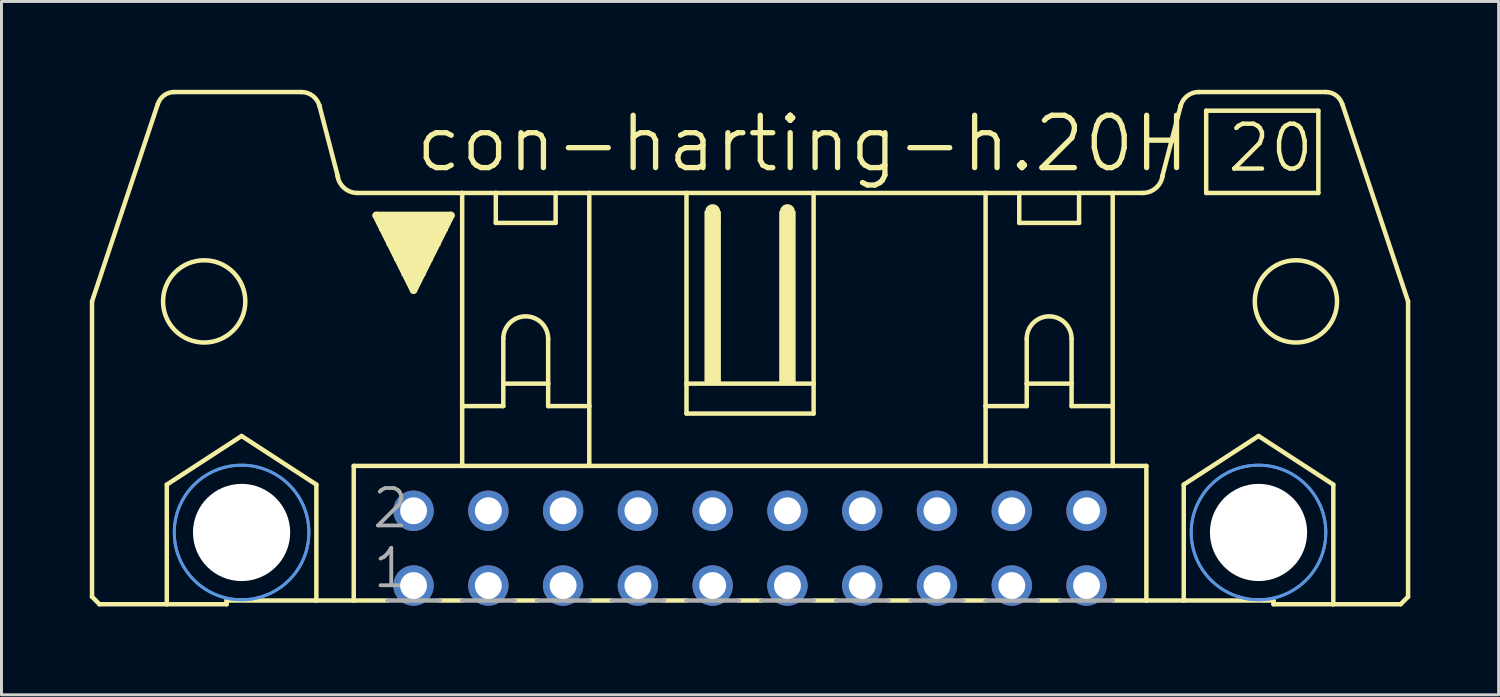
<source format=kicad_pcb>
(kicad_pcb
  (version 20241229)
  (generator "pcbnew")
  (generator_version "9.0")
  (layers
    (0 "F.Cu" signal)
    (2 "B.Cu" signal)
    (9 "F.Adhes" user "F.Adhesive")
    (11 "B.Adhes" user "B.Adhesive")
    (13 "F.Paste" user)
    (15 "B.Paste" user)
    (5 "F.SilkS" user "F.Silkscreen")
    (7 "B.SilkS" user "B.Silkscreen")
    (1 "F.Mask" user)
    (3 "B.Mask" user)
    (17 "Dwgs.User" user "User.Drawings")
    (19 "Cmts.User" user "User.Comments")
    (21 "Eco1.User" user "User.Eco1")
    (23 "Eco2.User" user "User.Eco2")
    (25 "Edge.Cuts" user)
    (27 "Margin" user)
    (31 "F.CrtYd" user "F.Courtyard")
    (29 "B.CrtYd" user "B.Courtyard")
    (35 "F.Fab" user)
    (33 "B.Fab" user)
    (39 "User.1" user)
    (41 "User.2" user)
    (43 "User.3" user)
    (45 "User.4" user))
  (footprint "con-harting-h.20H"
    (layer "F.Cu")
    (at 22.428 15.57)
    (property "Reference" "con-harting-h.20H" (at -11.455 -12.7 0) (layer "F.SilkS") (effects (font (size 1.778 1.778) (thickness 0.18)) (justify left bottom)))
    (attr through_hole)
    (fp_line (start -22.352 1.651) (end -22.352 -8.382) (stroke (width 0.152) (type default)) (layer "F.SilkS"))
    (fp_line (start -22.352 1.651) (end -22.098 1.905) (stroke (width 0.152) (type default)) (layer "F.SilkS"))
    (fp_line (start -22.098 1.905) (end -19.812 1.905) (stroke (width 0.152) (type default)) (layer "F.SilkS"))
    (fp_line (start -20.117 -15.088) (end -22.352 -8.382) (stroke (width 0.152) (type default)) (layer "F.SilkS"))
    (fp_line (start -19.812 -2.159) (end -17.272 -3.81) (stroke (width 0.152) (type default)) (layer "F.SilkS"))
    (fp_line (start -19.812 1.905) (end -19.812 -2.159) (stroke (width 0.152) (type default)) (layer "F.SilkS"))
    (fp_line (start -19.812 1.905) (end -17.78 1.905) (stroke (width 0.152) (type default)) (layer "F.SilkS"))
    (fp_line (start -17.78 1.778) (end -17.78 1.905) (stroke (width 0.152) (type default)) (layer "F.SilkS"))
    (fp_line (start -17.78 1.778) (end -14.732 1.778) (stroke (width 0.152) (type default)) (layer "F.SilkS"))
    (fp_line (start -17.272 -3.81) (end -14.732 -2.159) (stroke (width 0.152) (type default)) (layer "F.SilkS"))
    (fp_line (start -15.24 -15.494) (end -19.558 -15.494) (stroke (width 0.152) (type default)) (layer "F.SilkS"))
    (fp_line (start -14.732 1.778) (end -14.732 -2.159) (stroke (width 0.152) (type default)) (layer "F.SilkS"))
    (fp_line (start -14.732 1.778) (end -13.462 1.778) (stroke (width 0.152) (type default)) (layer "F.SilkS"))
    (fp_line (start -13.995 -12.598) (end -14.63 -15.037) (stroke (width 0.152) (type default)) (layer "F.SilkS"))
    (fp_line (start -13.462 -2.794) (end -13.462 1.778) (stroke (width 0.152) (type default)) (layer "F.SilkS"))
    (fp_line (start -13.462 1.778) (end -12.319 1.778) (stroke (width 0.152) (type default)) (layer "F.SilkS"))
    (fp_line (start -13.335 -12.065) (end -9.779 -12.065) (stroke (width 0.152) (type default)) (layer "F.SilkS"))
    (fp_line (start -12.7 -11.303) (end -10.16 -11.303) (stroke (width 0.254) (type default)) (layer "F.SilkS"))
    (fp_line (start -11.43 -8.763) (end -12.7 -11.303) (stroke (width 0.254) (type default)) (layer "F.SilkS"))
    (fp_line (start -10.541 1.778) (end -9.779 1.778) (stroke (width 0.152) (type default)) (layer "F.SilkS"))
    (fp_line (start -10.16 -11.303) (end -11.43 -8.763) (stroke (width 0.254) (type default)) (layer "F.SilkS"))
    (fp_line (start -9.779 -12.065) (end -8.636 -12.065) (stroke (width 0.152) (type default)) (layer "F.SilkS"))
    (fp_line (start -9.779 -4.826) (end -9.779 -12.065) (stroke (width 0.152) (type default)) (layer "F.SilkS"))
    (fp_line (start -9.779 -4.826) (end -9.779 -2.794) (stroke (width 0.152) (type default)) (layer "F.SilkS"))
    (fp_line (start -9.779 -4.826) (end -8.382 -4.826) (stroke (width 0.152) (type default)) (layer "F.SilkS"))
    (fp_line (start -9.779 -2.794) (end -13.462 -2.794) (stroke (width 0.152) (type default)) (layer "F.SilkS"))
    (fp_line (start -8.636 -12.065) (end -6.604 -12.065) (stroke (width 0.152) (type default)) (layer "F.SilkS"))
    (fp_line (start -8.636 -11.049) (end -8.636 -12.065) (stroke (width 0.152) (type default)) (layer "F.SilkS"))
    (fp_line (start -8.636 -11.049) (end -6.604 -11.049) (stroke (width 0.152) (type default)) (layer "F.SilkS"))
    (fp_line (start -8.382 -7.112) (end -8.382 -5.588) (stroke (width 0.152) (type default)) (layer "F.SilkS"))
    (fp_line (start -8.382 -5.588) (end -8.382 -4.826) (stroke (width 0.152) (type default)) (layer "F.SilkS"))
    (fp_line (start -8.382 -5.588) (end -6.858 -5.588) (stroke (width 0.152) (type default)) (layer "F.SilkS"))
    (fp_line (start -8.001 1.778) (end -7.239 1.778) (stroke (width 0.152) (type default)) (layer "F.SilkS"))
    (fp_line (start -6.858 -7.112) (end -6.858 -5.588) (stroke (width 0.152) (type default)) (layer "F.SilkS"))
    (fp_line (start -6.858 -5.588) (end -6.858 -4.826) (stroke (width 0.152) (type default)) (layer "F.SilkS"))
    (fp_line (start -6.858 -4.826) (end -5.461 -4.826) (stroke (width 0.152) (type default)) (layer "F.SilkS"))
    (fp_line (start -6.604 -12.065) (end -6.604 -11.049) (stroke (width 0.152) (type default)) (layer "F.SilkS"))
    (fp_line (start -6.604 -12.065) (end -5.461 -12.065) (stroke (width 0.152) (type default)) (layer "F.SilkS"))
    (fp_line (start -5.461 -12.065) (end -2.159 -12.065) (stroke (width 0.152) (type default)) (layer "F.SilkS"))
    (fp_line (start -5.461 -4.826) (end -5.461 -12.065) (stroke (width 0.152) (type default)) (layer "F.SilkS"))
    (fp_line (start -5.461 -4.826) (end -5.461 -2.794) (stroke (width 0.152) (type default)) (layer "F.SilkS"))
    (fp_line (start -5.461 -2.794) (end -9.779 -2.794) (stroke (width 0.152) (type default)) (layer "F.SilkS"))
    (fp_line (start -5.461 1.778) (end -4.699 1.778) (stroke (width 0.152) (type default)) (layer "F.SilkS"))
    (fp_line (start -2.921 1.778) (end -2.159 1.778) (stroke (width 0.152) (type default)) (layer "F.SilkS"))
    (fp_line (start -2.159 -12.065) (end -2.159 -5.588) (stroke (width 0.152) (type default)) (layer "F.SilkS"))
    (fp_line (start -2.159 -12.065) (end 2.159 -12.065) (stroke (width 0.152) (type default)) (layer "F.SilkS"))
    (fp_line (start -2.159 -5.588) (end -2.159 -4.572) (stroke (width 0.152) (type default)) (layer "F.SilkS"))
    (fp_line (start -1.27 -11.176) (end -1.27 -11.43) (stroke (width 0.508) (type default)) (layer "F.SilkS"))
    (fp_line (start -0.381 1.778) (end 0.381 1.778) (stroke (width 0.152) (type default)) (layer "F.SilkS"))
    (fp_line (start 1.27 -11.176) (end 1.27 -11.43) (stroke (width 0.508) (type default)) (layer "F.SilkS"))
    (fp_line (start 2.159 -12.065) (end 2.159 -5.588) (stroke (width 0.152) (type default)) (layer "F.SilkS"))
    (fp_line (start 2.159 -12.065) (end 8.001 -12.065) (stroke (width 0.152) (type default)) (layer "F.SilkS"))
    (fp_line (start 2.159 -5.588) (end -2.159 -5.588) (stroke (width 0.152) (type default)) (layer "F.SilkS"))
    (fp_line (start 2.159 -5.588) (end 2.159 -4.572) (stroke (width 0.152) (type default)) (layer "F.SilkS"))
    (fp_line (start 2.159 -4.572) (end -2.159 -4.572) (stroke (width 0.152) (type default)) (layer "F.SilkS"))
    (fp_line (start 2.159 1.778) (end 2.921 1.778) (stroke (width 0.152) (type default)) (layer "F.SilkS"))
    (fp_line (start 4.699 1.778) (end 5.461 1.778) (stroke (width 0.152) (type default)) (layer "F.SilkS"))
    (fp_line (start 7.239 1.778) (end 8.001 1.778) (stroke (width 0.152) (type default)) (layer "F.SilkS"))
    (fp_line (start 8.001 -12.065) (end 13.335 -12.065) (stroke (width 0.152) (type default)) (layer "F.SilkS"))
    (fp_line (start 8.001 -4.826) (end 8.001 -12.065) (stroke (width 0.152) (type default)) (layer "F.SilkS"))
    (fp_line (start 8.001 -4.826) (end 8.001 -2.794) (stroke (width 0.152) (type default)) (layer "F.SilkS"))
    (fp_line (start 8.001 -4.826) (end 9.398 -4.826) (stroke (width 0.152) (type default)) (layer "F.SilkS"))
    (fp_line (start 8.001 -2.794) (end -5.461 -2.794) (stroke (width 0.152) (type default)) (layer "F.SilkS"))
    (fp_line (start 9.144 -11.049) (end 9.144 -12.065) (stroke (width 0.152) (type default)) (layer "F.SilkS"))
    (fp_line (start 9.144 -11.049) (end 11.176 -11.049) (stroke (width 0.152) (type default)) (layer "F.SilkS"))
    (fp_line (start 9.398 -7.112) (end 9.398 -5.588) (stroke (width 0.152) (type default)) (layer "F.SilkS"))
    (fp_line (start 9.398 -5.588) (end 9.398 -4.826) (stroke (width 0.152) (type default)) (layer "F.SilkS"))
    (fp_line (start 9.398 -5.588) (end 10.922 -5.588) (stroke (width 0.152) (type default)) (layer "F.SilkS"))
    (fp_line (start 9.779 1.778) (end 10.541 1.778) (stroke (width 0.152) (type default)) (layer "F.SilkS"))
    (fp_line (start 10.922 -7.112) (end 10.922 -5.588) (stroke (width 0.152) (type default)) (layer "F.SilkS"))
    (fp_line (start 10.922 -5.588) (end 10.922 -4.826) (stroke (width 0.152) (type default)) (layer "F.SilkS"))
    (fp_line (start 10.922 -4.826) (end 12.319 -4.826) (stroke (width 0.152) (type default)) (layer "F.SilkS"))
    (fp_line (start 11.176 -12.065) (end 11.176 -11.049) (stroke (width 0.152) (type default)) (layer "F.SilkS"))
    (fp_line (start 12.319 -4.826) (end 12.319 -12.065) (stroke (width 0.152) (type default)) (layer "F.SilkS"))
    (fp_line (start 12.319 -4.826) (end 12.319 -2.794) (stroke (width 0.152) (type default)) (layer "F.SilkS"))
    (fp_line (start 12.319 -2.794) (end 8.001 -2.794) (stroke (width 0.152) (type default)) (layer "F.SilkS"))
    (fp_line (start 13.462 -2.794) (end 12.319 -2.794) (stroke (width 0.152) (type default)) (layer "F.SilkS"))
    (fp_line (start 13.462 -2.794) (end 13.462 1.778) (stroke (width 0.152) (type default)) (layer "F.SilkS"))
    (fp_line (start 13.462 1.778) (end 12.319 1.778) (stroke (width 0.152) (type default)) (layer "F.SilkS"))
    (fp_line (start 13.995 -12.598) (end 14.63 -15.037) (stroke (width 0.152) (type default)) (layer "F.SilkS"))
    (fp_line (start 14.732 -2.159) (end 17.272 -3.81) (stroke (width 0.152) (type default)) (layer "F.SilkS"))
    (fp_line (start 14.732 1.778) (end 13.462 1.778) (stroke (width 0.152) (type default)) (layer "F.SilkS"))
    (fp_line (start 14.732 1.778) (end 14.732 -2.159) (stroke (width 0.152) (type default)) (layer "F.SilkS"))
    (fp_line (start 15.24 -15.494) (end 19.558 -15.494) (stroke (width 0.152) (type default)) (layer "F.SilkS"))
    (fp_line (start 15.494 -14.859) (end 15.494 -12.065) (stroke (width 0.152) (type default)) (layer "F.SilkS"))
    (fp_line (start 15.494 -12.065) (end 19.304 -12.065) (stroke (width 0.152) (type default)) (layer "F.SilkS"))
    (fp_line (start 17.272 -3.81) (end 19.812 -2.159) (stroke (width 0.152) (type default)) (layer "F.SilkS"))
    (fp_line (start 17.78 1.778) (end 14.732 1.778) (stroke (width 0.152) (type default)) (layer "F.SilkS"))
    (fp_line (start 17.78 1.778) (end 17.78 1.905) (stroke (width 0.152) (type default)) (layer "F.SilkS"))
    (fp_line (start 19.304 -14.859) (end 15.494 -14.859) (stroke (width 0.152) (type default)) (layer "F.SilkS"))
    (fp_line (start 19.304 -14.859) (end 19.304 -12.065) (stroke (width 0.152) (type default)) (layer "F.SilkS"))
    (fp_line (start 19.812 1.905) (end 17.78 1.905) (stroke (width 0.152) (type default)) (layer "F.SilkS"))
    (fp_line (start 19.812 1.905) (end 19.812 -2.159) (stroke (width 0.152) (type default)) (layer "F.SilkS"))
    (fp_line (start 20.117 -15.088) (end 22.352 -8.382) (stroke (width 0.152) (type default)) (layer "F.SilkS"))
    (fp_line (start 22.098 1.905) (end 19.812 1.905) (stroke (width 0.152) (type default)) (layer "F.SilkS"))
    (fp_line (start 22.352 1.651) (end 22.098 1.905) (stroke (width 0.152) (type default)) (layer "F.SilkS"))
    (fp_line (start 22.352 1.651) (end 22.352 -8.382) (stroke (width 0.152) (type default)) (layer "F.SilkS"))
    (fp_rect (start -12.573 -10.795) (end -10.287 -11.303) (stroke (width 0.05) (type default)) (fill yes) (layer "F.SilkS"))
    (fp_rect (start -12.319 -10.287) (end -10.541 -10.795) (stroke (width 0.05) (type default)) (fill yes) (layer "F.SilkS"))
    (fp_rect (start -12.065 -9.779) (end -10.795 -10.287) (stroke (width 0.05) (type default)) (fill yes) (layer "F.SilkS"))
    (fp_rect (start -11.811 -9.271) (end -11.049 -9.779) (stroke (width 0.05) (type default)) (fill yes) (layer "F.SilkS"))
    (fp_rect (start -11.557 -9.017) (end -11.303 -9.271) (stroke (width 0.05) (type default)) (fill yes) (layer "F.SilkS"))
    (fp_rect (start -1.524 -5.588) (end -1.016 -11.43) (stroke (width 0.05) (type default)) (fill yes) (layer "F.SilkS"))
    (fp_rect (start 1.016 -5.588) (end 1.524 -11.43) (stroke (width 0.05) (type default)) (fill yes) (layer "F.SilkS"))
    (fp_arc (start -20.1144 -15.0878) (mid -19.902454 -15.38168) (end -19.558 -15.4941) (stroke (width 0.1524) (type default)) (layer "F.SilkS"))
    (fp_arc (start -15.24 -15.494) (mid -14.859 -15.367) (end -14.6304 -15.0368) (stroke (width 0.1524) (type default)) (layer "F.SilkS"))
    (fp_arc (start -14.6304 -15.0368) (mid -14.627084 -15.024931) (end -14.624 -15.013) (stroke (width 0.1524) (type default)) (layer "F.SilkS"))
    (fp_arc (start -13.335 -12.065) (mid -13.786774 -12.234824) (end -14.0148 -12.6602) (stroke (width 0.1524) (type default)) (layer "F.SilkS"))
    (fp_arc (start -8.382 -7.112) (mid -7.62 -7.874) (end -6.858 -7.112) (stroke (width 0.1524) (type default)) (layer "F.SilkS"))
    (fp_arc (start 9.398 -7.112) (mid 10.16 -7.874) (end 10.922 -7.112) (stroke (width 0.1524) (type default)) (layer "F.SilkS"))
    (fp_arc (start 14.0148 -12.6602) (mid 13.786774 -12.234824) (end 13.335 -12.065) (stroke (width 0.1524) (type default)) (layer "F.SilkS"))
    (fp_arc (start 14.624 -15.013) (mid 14.627084 -15.024931) (end 14.6304 -15.0368) (stroke (width 0.1524) (type default)) (layer "F.SilkS"))
    (fp_arc (start 14.6304 -15.0368) (mid 14.859 -15.367) (end 15.24 -15.494) (stroke (width 0.1524) (type default)) (layer "F.SilkS"))
    (fp_arc (start 19.558 -15.494) (mid 19.902385 -15.38161) (end 20.1143 -15.0878) (stroke (width 0.1524) (type default)) (layer "F.SilkS"))
    (fp_circle (center -18.542 -8.382) (end -17.145 -8.382) (stroke (width 0.152) (type default)) (fill no) (layer "F.SilkS"))
    (fp_circle (center -17.272 -0.533) (end -15.951 -0.533) (stroke (width 0.152) (type default)) (fill no) (layer "F.SilkS"))
    (fp_circle (center 17.272 -0.533) (end 18.593 -0.533) (stroke (width 0.152) (type default)) (fill no) (layer "F.SilkS"))
    (fp_circle (center 18.542 -8.382) (end 19.939 -8.382) (stroke (width 0.152) (type default)) (fill no) (layer "F.SilkS"))
    (fp_circle (center -17.272 -0.533) (end -14.986 -0.533) (stroke (width 0.1) (type default)) (fill no) (layer "Cmts.User"))
    (fp_circle (center -17.272 -0.533) (end -14.986 -0.533) (stroke (width 0.1) (type default)) (fill no) (layer "Cmts.User"))
    (fp_circle (center 17.272 -0.533) (end 19.558 -0.533) (stroke (width 0.1) (type default)) (fill no) (layer "Cmts.User"))
    (fp_circle (center 17.272 -0.533) (end 19.558 -0.533) (stroke (width 0.1) (type default)) (fill no) (layer "Cmts.User"))
    (fp_line (start -12.319 1.778) (end -10.541 1.778) (stroke (width 0.152) (type default)) (layer "F.Fab"))
    (fp_line (start -9.779 1.778) (end -8.001 1.778) (stroke (width 0.152) (type default)) (layer "F.Fab"))
    (fp_line (start -7.239 1.778) (end -5.461 1.778) (stroke (width 0.152) (type default)) (layer "F.Fab"))
    (fp_line (start -4.699 1.778) (end -2.921 1.778) (stroke (width 0.152) (type default)) (layer "F.Fab"))
    (fp_line (start -0.381 1.778) (end -2.159 1.778) (stroke (width 0.152) (type default)) (layer "F.Fab"))
    (fp_line (start 2.159 1.778) (end 0.381 1.778) (stroke (width 0.152) (type default)) (layer "F.Fab"))
    (fp_line (start 4.699 1.778) (end 2.921 1.778) (stroke (width 0.152) (type default)) (layer "F.Fab"))
    (fp_line (start 7.239 1.778) (end 5.461 1.778) (stroke (width 0.152) (type default)) (layer "F.Fab"))
    (fp_line (start 9.779 1.778) (end 8.001 1.778) (stroke (width 0.152) (type default)) (layer "F.Fab"))
    (fp_line (start 12.319 1.778) (end 10.541 1.778) (stroke (width 0.152) (type default)) (layer "F.Fab"))
    (fp_text user "20" (at 16.129 -12.7 0) (layer "F.SilkS") (effects (font (size 1.524 1.524) (thickness 0.15)) (justify left bottom)))
    (fp_text user "2" (at -12.903 -0.61 0) (layer "F.Fab") (effects (font (size 1.27 1.27) (thickness 0.13)) (justify left bottom)))
    (fp_text user "1" (at -12.878 1.422 0) (layer "F.Fab") (effects (font (size 1.27 1.27) (thickness 0.13)) (justify left bottom)))
    (pad "" np_thru_hole circle (at -17.272 -0.533) (size 3.302 3.302) (drill 3.302) (layers "*.Cu" "*.Mask"))
    (pad "" np_thru_hole circle (at 17.272 -0.533) (size 3.302 3.302) (drill 3.302) (layers "*.Cu" "*.Mask"))
    (pad "1" thru_hole circle (at -11.43 1.27) (size 1.372 1.372) (drill 0.914) (layers "*.Cu" "*.Mask"))
    (pad "2" thru_hole circle (at -11.43 -1.27) (size 1.372 1.372) (drill 0.914) (layers "*.Cu" "*.Mask"))
    (pad "3" thru_hole circle (at -8.89 1.27) (size 1.372 1.372) (drill 0.914) (layers "*.Cu" "*.Mask"))
    (pad "4" thru_hole circle (at -8.89 -1.27) (size 1.372 1.372) (drill 0.914) (layers "*.Cu" "*.Mask"))
    (pad "5" thru_hole circle (at -6.35 1.27) (size 1.372 1.372) (drill 0.914) (layers "*.Cu" "*.Mask"))
    (pad "6" thru_hole circle (at -6.35 -1.27) (size 1.372 1.372) (drill 0.914) (layers "*.Cu" "*.Mask"))
    (pad "7" thru_hole circle (at -3.81 1.27) (size 1.372 1.372) (drill 0.914) (layers "*.Cu" "*.Mask"))
    (pad "8" thru_hole circle (at -3.81 -1.27) (size 1.372 1.372) (drill 0.914) (layers "*.Cu" "*.Mask"))
    (pad "9" thru_hole circle (at -1.27 1.27) (size 1.372 1.372) (drill 0.914) (layers "*.Cu" "*.Mask"))
    (pad "10" thru_hole circle (at -1.27 -1.27) (size 1.372 1.372) (drill 0.914) (layers "*.Cu" "*.Mask"))
    (pad "11" thru_hole circle (at 1.27 1.27) (size 1.372 1.372) (drill 0.914) (layers "*.Cu" "*.Mask"))
    (pad "12" thru_hole circle (at 1.27 -1.27) (size 1.372 1.372) (drill 0.914) (layers "*.Cu" "*.Mask"))
    (pad "13" thru_hole circle (at 3.81 1.27) (size 1.372 1.372) (drill 0.914) (layers "*.Cu" "*.Mask"))
    (pad "14" thru_hole circle (at 3.81 -1.27) (size 1.372 1.372) (drill 0.914) (layers "*.Cu" "*.Mask"))
    (pad "15" thru_hole circle (at 6.35 1.27) (size 1.372 1.372) (drill 0.914) (layers "*.Cu" "*.Mask"))
    (pad "16" thru_hole circle (at 6.35 -1.27) (size 1.372 1.372) (drill 0.914) (layers "*.Cu" "*.Mask"))
    (pad "17" thru_hole circle (at 8.89 1.27) (size 1.372 1.372) (drill 0.914) (layers "*.Cu" "*.Mask"))
    (pad "18" thru_hole circle (at 8.89 -1.27) (size 1.372 1.372) (drill 0.914) (layers "*.Cu" "*.Mask"))
    (pad "19" thru_hole circle (at 11.43 1.27) (size 1.372 1.372) (drill 0.914) (layers "*.Cu" "*.Mask"))
    (pad "20" thru_hole circle (at 11.43 -1.27) (size 1.372 1.372) (drill 0.914) (layers "*.Cu" "*.Mask")))
  (gr_rect
    (start -3 -3)
    (end 47.856 20.552)
    (stroke (width 0.1) (type default))
    (fill no)
    (layer "Edge.Cuts")))
</source>
